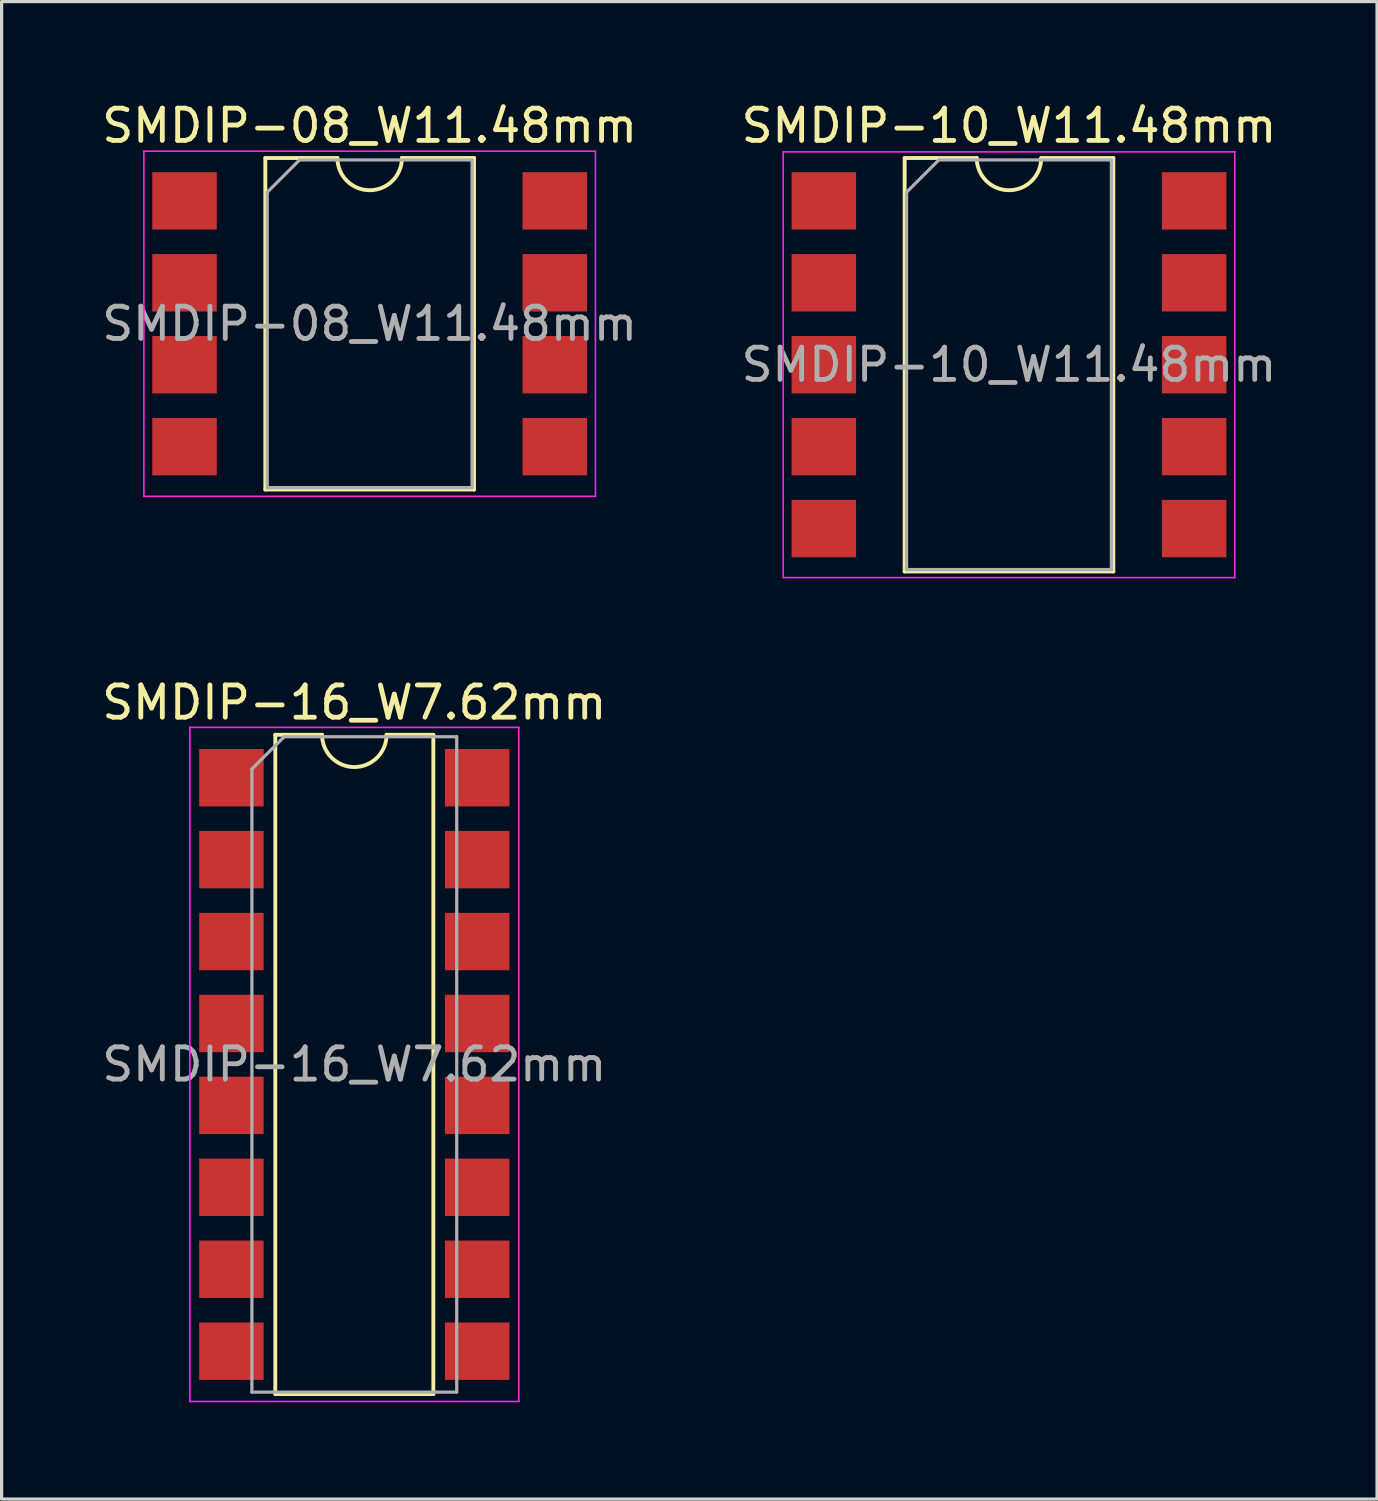
<source format=kicad_pcb>
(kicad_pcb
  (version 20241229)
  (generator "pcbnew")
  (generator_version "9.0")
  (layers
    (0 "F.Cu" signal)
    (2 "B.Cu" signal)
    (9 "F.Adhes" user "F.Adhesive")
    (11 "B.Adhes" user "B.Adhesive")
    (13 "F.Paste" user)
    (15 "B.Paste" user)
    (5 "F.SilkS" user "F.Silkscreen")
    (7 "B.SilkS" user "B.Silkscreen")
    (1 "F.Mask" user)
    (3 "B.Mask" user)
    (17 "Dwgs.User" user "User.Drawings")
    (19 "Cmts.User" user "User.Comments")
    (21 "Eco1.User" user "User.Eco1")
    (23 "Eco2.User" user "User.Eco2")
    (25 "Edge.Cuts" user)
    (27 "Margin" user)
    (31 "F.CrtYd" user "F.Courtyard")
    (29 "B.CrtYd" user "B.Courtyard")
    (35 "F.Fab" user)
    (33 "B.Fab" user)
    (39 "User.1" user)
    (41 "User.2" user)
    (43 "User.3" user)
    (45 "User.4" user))
  (footprint "SMDIP-16_W7.62mm"
    (layer "F.Cu")
    (at 7.935 29.951)
    (property "Reference" "SMDIP-16_W7.62mm" (at 0 -11.22 0) (layer "F.SilkS") (effects (font (size 1 1) (thickness 0.15))))
    (attr smd)
    (fp_line (start -2.45 -10.22) (end -2.45 10.22) (stroke (width 0.12) (type solid)) (layer "F.SilkS"))
    (fp_line (start -2.45 10.22) (end 2.45 10.22) (stroke (width 0.12) (type solid)) (layer "F.SilkS"))
    (fp_line (start -1 -10.22) (end -2.45 -10.22) (stroke (width 0.12) (type solid)) (layer "F.SilkS"))
    (fp_line (start 2.45 -10.22) (end 1 -10.22) (stroke (width 0.12) (type solid)) (layer "F.SilkS"))
    (fp_line (start 2.45 10.22) (end 2.45 -10.22) (stroke (width 0.12) (type solid)) (layer "F.SilkS"))
    (fp_arc (start 1 -10.22) (mid 0 -9.22) (end -1 -10.22) (stroke (width 0.12) (type solid)) (layer "F.SilkS"))
    (fp_line (start -5.1 -10.45) (end -5.1 10.45) (stroke (width 0.05) (type solid)) (layer "F.CrtYd"))
    (fp_line (start -5.1 10.45) (end 5.1 10.45) (stroke (width 0.05) (type solid)) (layer "F.CrtYd"))
    (fp_line (start 5.1 -10.45) (end -5.1 -10.45) (stroke (width 0.05) (type solid)) (layer "F.CrtYd"))
    (fp_line (start 5.1 10.45) (end 5.1 -10.45) (stroke (width 0.05) (type solid)) (layer "F.CrtYd"))
    (fp_line (start -3.175 -9.16) (end -2.175 -10.16) (stroke (width 0.1) (type solid)) (layer "F.Fab"))
    (fp_line (start -3.175 10.16) (end -3.175 -9.16) (stroke (width 0.1) (type solid)) (layer "F.Fab"))
    (fp_line (start -2.175 -10.16) (end 3.175 -10.16) (stroke (width 0.1) (type solid)) (layer "F.Fab"))
    (fp_line (start 3.175 -10.16) (end 3.175 10.16) (stroke (width 0.1) (type solid)) (layer "F.Fab"))
    (fp_line (start 3.175 10.16) (end -3.175 10.16) (stroke (width 0.1) (type solid)) (layer "F.Fab"))
    (fp_text user "${REFERENCE}" (at 0 0 0) (layer "F.Fab") (effects (font (size 1 1) (thickness 0.15))))
    (pad "1" smd rect (at -3.81 -8.89) (size 2 1.78) (layers "F.Cu" "F.Mask" "F.Paste"))
    (pad "2" smd rect (at -3.81 -6.35) (size 2 1.78) (layers "F.Cu" "F.Mask" "F.Paste"))
    (pad "3" smd rect (at -3.81 -3.81) (size 2 1.78) (layers "F.Cu" "F.Mask" "F.Paste"))
    (pad "4" smd rect (at -3.81 -1.27) (size 2 1.78) (layers "F.Cu" "F.Mask" "F.Paste"))
    (pad "5" smd rect (at -3.81 1.27) (size 2 1.78) (layers "F.Cu" "F.Mask" "F.Paste"))
    (pad "6" smd rect (at -3.81 3.81) (size 2 1.78) (layers "F.Cu" "F.Mask" "F.Paste"))
    (pad "7" smd rect (at -3.81 6.35) (size 2 1.78) (layers "F.Cu" "F.Mask" "F.Paste"))
    (pad "8" smd rect (at -3.81 8.89) (size 2 1.78) (layers "F.Cu" "F.Mask" "F.Paste"))
    (pad "9" smd rect (at 3.81 8.89) (size 2 1.78) (layers "F.Cu" "F.Mask" "F.Paste"))
    (pad "10" smd rect (at 3.81 6.35) (size 2 1.78) (layers "F.Cu" "F.Mask" "F.Paste"))
    (pad "11" smd rect (at 3.81 3.81) (size 2 1.78) (layers "F.Cu" "F.Mask" "F.Paste"))
    (pad "12" smd rect (at 3.81 1.27) (size 2 1.78) (layers "F.Cu" "F.Mask" "F.Paste"))
    (pad "13" smd rect (at 3.81 -1.27) (size 2 1.78) (layers "F.Cu" "F.Mask" "F.Paste"))
    (pad "14" smd rect (at 3.81 -3.81) (size 2 1.78) (layers "F.Cu" "F.Mask" "F.Paste"))
    (pad "15" smd rect (at 3.81 -6.35) (size 2 1.78) (layers "F.Cu" "F.Mask" "F.Paste"))
    (pad "16" smd rect (at 3.81 -8.89) (size 2 1.78) (layers "F.Cu" "F.Mask" "F.Paste")))
  (footprint "SMDIP-08_W11.48mm"
    (layer "F.Cu")
    (at 8.411 6.988)
    (property "Reference" "SMDIP-08_W11.48mm" (at 0 -6.14 0) (layer "F.SilkS") (effects (font (size 1 1) (thickness 0.15))))
    (attr smd)
    (fp_line (start -3.235 -5.14) (end -3.235 5.14) (stroke (width 0.12) (type solid)) (layer "F.SilkS"))
    (fp_line (start -3.235 5.14) (end 3.235 5.14) (stroke (width 0.12) (type solid)) (layer "F.SilkS"))
    (fp_line (start -1 -5.14) (end -3.235 -5.14) (stroke (width 0.12) (type solid)) (layer "F.SilkS"))
    (fp_line (start 3.235 -5.14) (end 1 -5.14) (stroke (width 0.12) (type solid)) (layer "F.SilkS"))
    (fp_line (start 3.235 5.14) (end 3.235 -5.14) (stroke (width 0.12) (type solid)) (layer "F.SilkS"))
    (fp_arc (start 1 -5.14) (mid 0 -4.14) (end -1 -5.14) (stroke (width 0.12) (type solid)) (layer "F.SilkS"))
    (fp_line (start -7 -5.35) (end -7 5.35) (stroke (width 0.05) (type solid)) (layer "F.CrtYd"))
    (fp_line (start -7 5.35) (end 7 5.35) (stroke (width 0.05) (type solid)) (layer "F.CrtYd"))
    (fp_line (start 7 -5.35) (end -7 -5.35) (stroke (width 0.05) (type solid)) (layer "F.CrtYd"))
    (fp_line (start 7 5.35) (end 7 -5.35) (stroke (width 0.05) (type solid)) (layer "F.CrtYd"))
    (fp_line (start -3.175 -4.08) (end -2.175 -5.08) (stroke (width 0.1) (type solid)) (layer "F.Fab"))
    (fp_line (start -3.175 5.08) (end -3.175 -4.08) (stroke (width 0.1) (type solid)) (layer "F.Fab"))
    (fp_line (start -2.175 -5.08) (end 3.175 -5.08) (stroke (width 0.1) (type solid)) (layer "F.Fab"))
    (fp_line (start 3.175 -5.08) (end 3.175 5.08) (stroke (width 0.1) (type solid)) (layer "F.Fab"))
    (fp_line (start 3.175 5.08) (end -3.175 5.08) (stroke (width 0.1) (type solid)) (layer "F.Fab"))
    (fp_text user "${REFERENCE}" (at 0 0 0) (layer "F.Fab") (effects (font (size 1 1) (thickness 0.15))))
    (pad "1" smd rect (at -5.74 -3.81) (size 2 1.78) (layers "F.Cu" "F.Mask" "F.Paste"))
    (pad "2" smd rect (at -5.74 -1.27) (size 2 1.78) (layers "F.Cu" "F.Mask" "F.Paste"))
    (pad "3" smd rect (at -5.74 1.27) (size 2 1.78) (layers "F.Cu" "F.Mask" "F.Paste"))
    (pad "4" smd rect (at -5.74 3.81) (size 2 1.78) (layers "F.Cu" "F.Mask" "F.Paste"))
    (pad "5" smd rect (at 5.74 3.81) (size 2 1.78) (layers "F.Cu" "F.Mask" "F.Paste"))
    (pad "6" smd rect (at 5.74 1.27) (size 2 1.78) (layers "F.Cu" "F.Mask" "F.Paste"))
    (pad "7" smd rect (at 5.74 -1.27) (size 2 1.78) (layers "F.Cu" "F.Mask" "F.Paste"))
    (pad "8" smd rect (at 5.74 -3.81) (size 2 1.78) (layers "F.Cu" "F.Mask" "F.Paste")))
  (footprint "SMDIP-10_W11.48mm"
    (layer "F.Cu")
    (at 28.232 8.258)
    (property "Reference" "SMDIP-10_W11.48mm" (at 0 -7.41 0) (layer "F.SilkS") (effects (font (size 1 1) (thickness 0.15))))
    (attr smd)
    (fp_line (start -3.235 -6.41) (end -3.235 6.41) (stroke (width 0.12) (type solid)) (layer "F.SilkS"))
    (fp_line (start -3.235 6.41) (end 3.235 6.41) (stroke (width 0.12) (type solid)) (layer "F.SilkS"))
    (fp_line (start -1 -6.41) (end -3.235 -6.41) (stroke (width 0.12) (type solid)) (layer "F.SilkS"))
    (fp_line (start 3.235 -6.41) (end 1 -6.41) (stroke (width 0.12) (type solid)) (layer "F.SilkS"))
    (fp_line (start 3.235 6.41) (end 3.235 -6.41) (stroke (width 0.12) (type solid)) (layer "F.SilkS"))
    (fp_arc (start 1 -6.41) (mid 0 -5.41) (end -1 -6.41) (stroke (width 0.12) (type solid)) (layer "F.SilkS"))
    (fp_line (start -7 -6.6) (end -7 6.6) (stroke (width 0.05) (type solid)) (layer "F.CrtYd"))
    (fp_line (start -7 6.6) (end 7 6.6) (stroke (width 0.05) (type solid)) (layer "F.CrtYd"))
    (fp_line (start 7 -6.6) (end -7 -6.6) (stroke (width 0.05) (type solid)) (layer "F.CrtYd"))
    (fp_line (start 7 6.6) (end 7 -6.6) (stroke (width 0.05) (type solid)) (layer "F.CrtYd"))
    (fp_line (start -3.175 -5.35) (end -2.175 -6.35) (stroke (width 0.1) (type solid)) (layer "F.Fab"))
    (fp_line (start -3.175 6.35) (end -3.175 -5.35) (stroke (width 0.1) (type solid)) (layer "F.Fab"))
    (fp_line (start -2.175 -6.35) (end 3.175 -6.35) (stroke (width 0.1) (type solid)) (layer "F.Fab"))
    (fp_line (start 3.175 -6.35) (end 3.175 6.35) (stroke (width 0.1) (type solid)) (layer "F.Fab"))
    (fp_line (start 3.175 6.35) (end -3.175 6.35) (stroke (width 0.1) (type solid)) (layer "F.Fab"))
    (fp_text user "${REFERENCE}" (at 0 0 0) (layer "F.Fab") (effects (font (size 1 1) (thickness 0.15))))
    (pad "1" smd rect (at -5.74 -5.08) (size 2 1.78) (layers "F.Cu" "F.Mask" "F.Paste"))
    (pad "2" smd rect (at -5.74 -2.54) (size 2 1.78) (layers "F.Cu" "F.Mask" "F.Paste"))
    (pad "3" smd rect (at -5.74 0) (size 2 1.78) (layers "F.Cu" "F.Mask" "F.Paste"))
    (pad "4" smd rect (at -5.74 2.54) (size 2 1.78) (layers "F.Cu" "F.Mask" "F.Paste"))
    (pad "5" smd rect (at -5.74 5.08) (size 2 1.78) (layers "F.Cu" "F.Mask" "F.Paste"))
    (pad "6" smd rect (at 5.74 5.08) (size 2 1.78) (layers "F.Cu" "F.Mask" "F.Paste"))
    (pad "7" smd rect (at 5.74 2.54) (size 2 1.78) (layers "F.Cu" "F.Mask" "F.Paste"))
    (pad "8" smd rect (at 5.74 0) (size 2 1.78) (layers "F.Cu" "F.Mask" "F.Paste"))
    (pad "9" smd rect (at 5.74 -2.54) (size 2 1.78) (layers "F.Cu" "F.Mask" "F.Paste"))
    (pad "10" smd rect (at 5.74 -5.08) (size 2 1.78) (layers "F.Cu" "F.Mask" "F.Paste")))
  (gr_rect
    (start -3 -3)
    (end 39.643 43.426)
    (stroke (width 0.1) (type default))
    (fill no)
    (layer "Edge.Cuts")))
</source>
